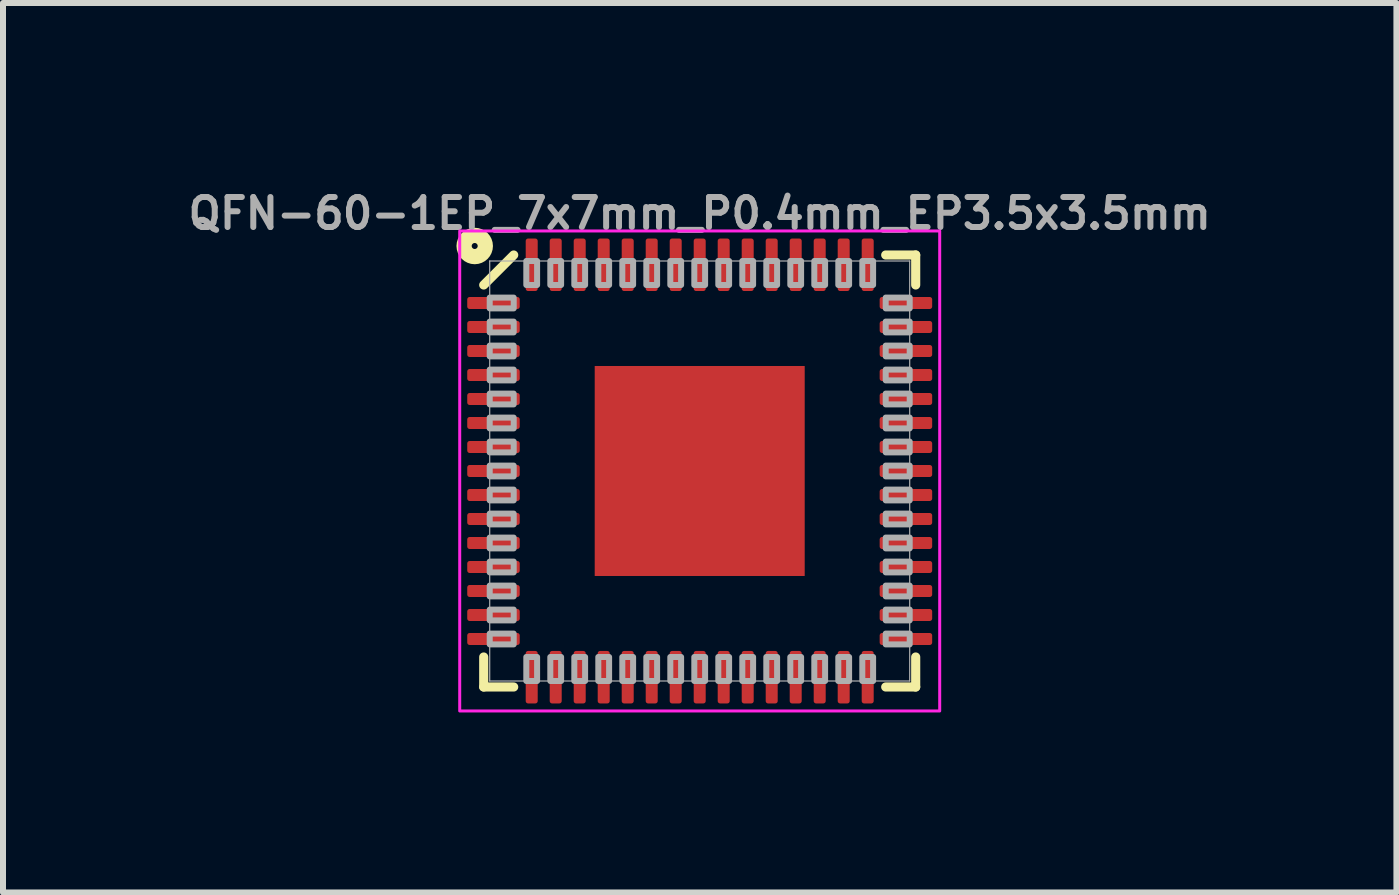
<source format=kicad_pcb>
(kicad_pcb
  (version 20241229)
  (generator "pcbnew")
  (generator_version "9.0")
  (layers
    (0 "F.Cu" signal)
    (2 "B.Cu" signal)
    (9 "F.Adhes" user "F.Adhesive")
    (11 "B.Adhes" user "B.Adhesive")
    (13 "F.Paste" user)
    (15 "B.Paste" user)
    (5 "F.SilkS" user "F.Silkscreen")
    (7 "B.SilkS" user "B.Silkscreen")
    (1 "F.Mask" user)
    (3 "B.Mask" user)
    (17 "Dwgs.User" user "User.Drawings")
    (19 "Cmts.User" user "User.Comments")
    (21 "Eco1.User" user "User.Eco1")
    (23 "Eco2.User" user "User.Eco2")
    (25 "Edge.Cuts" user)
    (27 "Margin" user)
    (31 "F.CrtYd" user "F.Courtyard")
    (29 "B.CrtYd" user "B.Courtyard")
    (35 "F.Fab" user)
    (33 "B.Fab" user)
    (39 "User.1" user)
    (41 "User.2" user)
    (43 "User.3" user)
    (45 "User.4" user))
  (footprint "QFN-60-1EP_7x7mm_P0.4mm_EP3.5x3.5mm"
    (layer "F.Cu")
    (at 8.612 4.8)
    (property "Reference" "QFN-60-1EP_7x7mm_P0.4mm_EP3.5x3.5mm" (at 0 -4 180) (layer "F.Fab") (effects (font (size 0.5 0.5) (thickness 0.1) (bold yes)) (justify bottom)))
    (fp_line (start -3.6 3.6) (end -3.6 3.1) (stroke (width 0.152) (type solid)) (layer "F.SilkS"))
    (fp_line (start -3.1 -3.6) (end -3.6 -3.1) (stroke (width 0.152) (type solid)) (layer "F.SilkS"))
    (fp_line (start -3.1 3.6) (end -3.6 3.6) (stroke (width 0.152) (type solid)) (layer "F.SilkS"))
    (fp_line (start 3.1 3.6) (end 3.6 3.6) (stroke (width 0.152) (type solid)) (layer "F.SilkS"))
    (fp_line (start 3.6 -3.6) (end 3.1 -3.6) (stroke (width 0.152) (type solid)) (layer "F.SilkS"))
    (fp_line (start 3.6 -3.1) (end 3.6 -3.6) (stroke (width 0.152) (type solid)) (layer "F.SilkS"))
    (fp_line (start 3.6 3.1) (end 3.6 3.6) (stroke (width 0.152) (type solid)) (layer "F.SilkS"))
    (fp_circle (center -3.75 -3.75) (end -3.7 -3.75) (stroke (width 0.254) (type solid)) (fill no) (layer "F.SilkS"))
    (fp_poly (pts (xy -3.75 -2.7) (xy -3.1 -2.7) (xy -3.1 -2.9) (xy -3.75 -2.9)) (stroke (width 0) (type default)) (fill yes) (layer "F.Paste"))
    (fp_poly (pts (xy -3.75 -2.3) (xy -3.1 -2.3) (xy -3.1 -2.5) (xy -3.75 -2.5)) (stroke (width 0) (type default)) (fill yes) (layer "F.Paste"))
    (fp_poly (pts (xy -3.75 -1.9) (xy -3.1 -1.9) (xy -3.1 -2.1) (xy -3.75 -2.1)) (stroke (width 0) (type default)) (fill yes) (layer "F.Paste"))
    (fp_poly (pts (xy -3.75 -1.5) (xy -3.1 -1.5) (xy -3.1 -1.7) (xy -3.75 -1.7)) (stroke (width 0) (type default)) (fill yes) (layer "F.Paste"))
    (fp_poly (pts (xy -3.75 -1.1) (xy -3.1 -1.1) (xy -3.1 -1.3) (xy -3.75 -1.3)) (stroke (width 0) (type default)) (fill yes) (layer "F.Paste"))
    (fp_poly (pts (xy -3.75 -0.7) (xy -3.1 -0.7) (xy -3.1 -0.9) (xy -3.75 -0.9)) (stroke (width 0) (type default)) (fill yes) (layer "F.Paste"))
    (fp_poly (pts (xy -3.75 -0.3) (xy -3.1 -0.3) (xy -3.1 -0.5) (xy -3.75 -0.5)) (stroke (width 0) (type default)) (fill yes) (layer "F.Paste"))
    (fp_poly (pts (xy -3.75 0.1) (xy -3.1 0.1) (xy -3.1 -0.1) (xy -3.75 -0.1)) (stroke (width 0) (type default)) (fill yes) (layer "F.Paste"))
    (fp_poly (pts (xy -3.75 0.5) (xy -3.1 0.5) (xy -3.1 0.3) (xy -3.75 0.3)) (stroke (width 0) (type default)) (fill yes) (layer "F.Paste"))
    (fp_poly (pts (xy -3.75 0.9) (xy -3.1 0.9) (xy -3.1 0.7) (xy -3.75 0.7)) (stroke (width 0) (type default)) (fill yes) (layer "F.Paste"))
    (fp_poly (pts (xy -3.75 1.3) (xy -3.1 1.3) (xy -3.1 1.1) (xy -3.75 1.1)) (stroke (width 0) (type default)) (fill yes) (layer "F.Paste"))
    (fp_poly (pts (xy -3.75 1.7) (xy -3.1 1.7) (xy -3.1 1.5) (xy -3.75 1.5)) (stroke (width 0) (type default)) (fill yes) (layer "F.Paste"))
    (fp_poly (pts (xy -3.75 2.1) (xy -3.1 2.1) (xy -3.1 1.9) (xy -3.75 1.9)) (stroke (width 0) (type default)) (fill yes) (layer "F.Paste"))
    (fp_poly (pts (xy -3.75 2.5) (xy -3.1 2.5) (xy -3.1 2.3) (xy -3.75 2.3)) (stroke (width 0) (type default)) (fill yes) (layer "F.Paste"))
    (fp_poly (pts (xy -3.75 2.9) (xy -3.1 2.9) (xy -3.1 2.7) (xy -3.75 2.7)) (stroke (width 0) (type default)) (fill yes) (layer "F.Paste"))
    (fp_poly (pts (xy -2.9 -3.75) (xy -2.9 -3.1) (xy -2.7 -3.1) (xy -2.7 -3.75)) (stroke (width 0) (type default)) (fill yes) (layer "F.Paste"))
    (fp_poly (pts (xy -2.7 3.75) (xy -2.7 3.1) (xy -2.9 3.1) (xy -2.9 3.75)) (stroke (width 0) (type default)) (fill yes) (layer "F.Paste"))
    (fp_poly (pts (xy -2.5 -3.75) (xy -2.5 -3.1) (xy -2.3 -3.1) (xy -2.3 -3.75)) (stroke (width 0) (type default)) (fill yes) (layer "F.Paste"))
    (fp_poly (pts (xy -2.3 3.75) (xy -2.3 3.1) (xy -2.5 3.1) (xy -2.5 3.75)) (stroke (width 0) (type default)) (fill yes) (layer "F.Paste"))
    (fp_poly (pts (xy -2.1 -3.75) (xy -2.1 -3.1) (xy -1.9 -3.1) (xy -1.9 -3.75)) (stroke (width 0) (type default)) (fill yes) (layer "F.Paste"))
    (fp_poly (pts (xy -1.9 3.75) (xy -1.9 3.1) (xy -2.1 3.1) (xy -2.1 3.75)) (stroke (width 0) (type default)) (fill yes) (layer "F.Paste"))
    (fp_poly (pts (xy -1.7 -3.75) (xy -1.7 -3.1) (xy -1.5 -3.1) (xy -1.5 -3.75)) (stroke (width 0) (type default)) (fill yes) (layer "F.Paste"))
    (fp_poly (pts (xy -1.5 3.75) (xy -1.5 3.1) (xy -1.7 3.1) (xy -1.7 3.75)) (stroke (width 0) (type default)) (fill yes) (layer "F.Paste"))
    (fp_poly (pts (xy -1.3 -3.75) (xy -1.3 -3.1) (xy -1.1 -3.1) (xy -1.1 -3.75)) (stroke (width 0) (type default)) (fill yes) (layer "F.Paste"))
    (fp_poly (pts (xy -1.1 3.75) (xy -1.1 3.1) (xy -1.3 3.1) (xy -1.3 3.75)) (stroke (width 0) (type default)) (fill yes) (layer "F.Paste"))
    (fp_poly (pts (xy -1 -0.4) (xy -0.4 -0.4) (xy -0.4 -1) (xy -1 -1)) (stroke (width 0) (type default)) (fill yes) (layer "F.Paste"))
    (fp_poly (pts (xy -1 1) (xy -0.4 1) (xy -0.4 0.4) (xy -1 0.4)) (stroke (width 0) (type default)) (fill yes) (layer "F.Paste"))
    (fp_poly (pts (xy -0.9 -3.75) (xy -0.9 -3.1) (xy -0.7 -3.1) (xy -0.7 -3.75)) (stroke (width 0) (type default)) (fill yes) (layer "F.Paste"))
    (fp_poly (pts (xy -0.7 3.75) (xy -0.7 3.1) (xy -0.9 3.1) (xy -0.9 3.75)) (stroke (width 0) (type default)) (fill yes) (layer "F.Paste"))
    (fp_poly (pts (xy -0.5 -3.75) (xy -0.5 -3.1) (xy -0.3 -3.1) (xy -0.3 -3.75)) (stroke (width 0) (type default)) (fill yes) (layer "F.Paste"))
    (fp_poly (pts (xy -0.3 3.75) (xy -0.3 3.1) (xy -0.5 3.1) (xy -0.5 3.75)) (stroke (width 0) (type default)) (fill yes) (layer "F.Paste"))
    (fp_poly (pts (xy -0.1 -3.75) (xy -0.1 -3.1) (xy 0.1 -3.1) (xy 0.1 -3.75)) (stroke (width 0) (type default)) (fill yes) (layer "F.Paste"))
    (fp_poly (pts (xy 0.1 3.75) (xy 0.1 3.1) (xy -0.1 3.1) (xy -0.1 3.75)) (stroke (width 0) (type default)) (fill yes) (layer "F.Paste"))
    (fp_poly (pts (xy 0.3 -3.75) (xy 0.3 -3.1) (xy 0.5 -3.1) (xy 0.5 -3.75)) (stroke (width 0) (type default)) (fill yes) (layer "F.Paste"))
    (fp_poly (pts (xy 0.4 -0.4) (xy 1 -0.4) (xy 1 -1) (xy 0.4 -1)) (stroke (width 0) (type default)) (fill yes) (layer "F.Paste"))
    (fp_poly (pts (xy 0.4 1) (xy 1 1) (xy 1 0.4) (xy 0.4 0.4)) (stroke (width 0) (type default)) (fill yes) (layer "F.Paste"))
    (fp_poly (pts (xy 0.5 3.75) (xy 0.5 3.1) (xy 0.3 3.1) (xy 0.3 3.75)) (stroke (width 0) (type default)) (fill yes) (layer "F.Paste"))
    (fp_poly (pts (xy 0.7 -3.75) (xy 0.7 -3.1) (xy 0.9 -3.1) (xy 0.9 -3.75)) (stroke (width 0) (type default)) (fill yes) (layer "F.Paste"))
    (fp_poly (pts (xy 0.9 3.75) (xy 0.9 3.1) (xy 0.7 3.1) (xy 0.7 3.75)) (stroke (width 0) (type default)) (fill yes) (layer "F.Paste"))
    (fp_poly (pts (xy 1.1 -3.75) (xy 1.1 -3.1) (xy 1.3 -3.1) (xy 1.3 -3.75)) (stroke (width 0) (type default)) (fill yes) (layer "F.Paste"))
    (fp_poly (pts (xy 1.3 3.75) (xy 1.3 3.1) (xy 1.1 3.1) (xy 1.1 3.75)) (stroke (width 0) (type default)) (fill yes) (layer "F.Paste"))
    (fp_poly (pts (xy 1.5 -3.75) (xy 1.5 -3.1) (xy 1.7 -3.1) (xy 1.7 -3.75)) (stroke (width 0) (type default)) (fill yes) (layer "F.Paste"))
    (fp_poly (pts (xy 1.7 3.75) (xy 1.7 3.1) (xy 1.5 3.1) (xy 1.5 3.75)) (stroke (width 0) (type default)) (fill yes) (layer "F.Paste"))
    (fp_poly (pts (xy 1.9 -3.75) (xy 1.9 -3.1) (xy 2.1 -3.1) (xy 2.1 -3.75)) (stroke (width 0) (type default)) (fill yes) (layer "F.Paste"))
    (fp_poly (pts (xy 2.1 3.75) (xy 2.1 3.1) (xy 1.9 3.1) (xy 1.9 3.75)) (stroke (width 0) (type default)) (fill yes) (layer "F.Paste"))
    (fp_poly (pts (xy 2.3 -3.75) (xy 2.3 -3.1) (xy 2.5 -3.1) (xy 2.5 -3.75)) (stroke (width 0) (type default)) (fill yes) (layer "F.Paste"))
    (fp_poly (pts (xy 2.5 3.75) (xy 2.5 3.1) (xy 2.3 3.1) (xy 2.3 3.75)) (stroke (width 0) (type default)) (fill yes) (layer "F.Paste"))
    (fp_poly (pts (xy 2.7 -3.75) (xy 2.7 -3.1) (xy 2.9 -3.1) (xy 2.9 -3.75)) (stroke (width 0) (type default)) (fill yes) (layer "F.Paste"))
    (fp_poly (pts (xy 2.9 3.75) (xy 2.9 3.1) (xy 2.7 3.1) (xy 2.7 3.75)) (stroke (width 0) (type default)) (fill yes) (layer "F.Paste"))
    (fp_poly (pts (xy 3.75 -2.9) (xy 3.1 -2.9) (xy 3.1 -2.7) (xy 3.75 -2.7)) (stroke (width 0) (type default)) (fill yes) (layer "F.Paste"))
    (fp_poly (pts (xy 3.75 -2.5) (xy 3.1 -2.5) (xy 3.1 -2.3) (xy 3.75 -2.3)) (stroke (width 0) (type default)) (fill yes) (layer "F.Paste"))
    (fp_poly (pts (xy 3.75 -2.1) (xy 3.1 -2.1) (xy 3.1 -1.9) (xy 3.75 -1.9)) (stroke (width 0) (type default)) (fill yes) (layer "F.Paste"))
    (fp_poly (pts (xy 3.75 -1.7) (xy 3.1 -1.7) (xy 3.1 -1.5) (xy 3.75 -1.5)) (stroke (width 0) (type default)) (fill yes) (layer "F.Paste"))
    (fp_poly (pts (xy 3.75 -1.3) (xy 3.1 -1.3) (xy 3.1 -1.1) (xy 3.75 -1.1)) (stroke (width 0) (type default)) (fill yes) (layer "F.Paste"))
    (fp_poly (pts (xy 3.75 -0.9) (xy 3.1 -0.9) (xy 3.1 -0.7) (xy 3.75 -0.7)) (stroke (width 0) (type default)) (fill yes) (layer "F.Paste"))
    (fp_poly (pts (xy 3.75 -0.5) (xy 3.1 -0.5) (xy 3.1 -0.3) (xy 3.75 -0.3)) (stroke (width 0) (type default)) (fill yes) (layer "F.Paste"))
    (fp_poly (pts (xy 3.75 -0.1) (xy 3.1 -0.1) (xy 3.1 0.1) (xy 3.75 0.1)) (stroke (width 0) (type default)) (fill yes) (layer "F.Paste"))
    (fp_poly (pts (xy 3.75 0.3) (xy 3.1 0.3) (xy 3.1 0.5) (xy 3.75 0.5)) (stroke (width 0) (type default)) (fill yes) (layer "F.Paste"))
    (fp_poly (pts (xy 3.75 0.7) (xy 3.1 0.7) (xy 3.1 0.9) (xy 3.75 0.9)) (stroke (width 0) (type default)) (fill yes) (layer "F.Paste"))
    (fp_poly (pts (xy 3.75 1.1) (xy 3.1 1.1) (xy 3.1 1.3) (xy 3.75 1.3)) (stroke (width 0) (type default)) (fill yes) (layer "F.Paste"))
    (fp_poly (pts (xy 3.75 1.5) (xy 3.1 1.5) (xy 3.1 1.7) (xy 3.75 1.7)) (stroke (width 0) (type default)) (fill yes) (layer "F.Paste"))
    (fp_poly (pts (xy 3.75 1.9) (xy 3.1 1.9) (xy 3.1 2.1) (xy 3.75 2.1)) (stroke (width 0) (type default)) (fill yes) (layer "F.Paste"))
    (fp_poly (pts (xy 3.75 2.3) (xy 3.1 2.3) (xy 3.1 2.5) (xy 3.75 2.5)) (stroke (width 0) (type default)) (fill yes) (layer "F.Paste"))
    (fp_poly (pts (xy 3.75 2.7) (xy 3.1 2.7) (xy 3.1 2.9) (xy 3.75 2.9)) (stroke (width 0) (type default)) (fill yes) (layer "F.Paste"))
    (fp_rect (start 4 -4) (end -4 4) (stroke (width 0.05) (type default)) (fill no) (layer "F.CrtYd"))
    (fp_line (start -3.5 -3.5) (end -3.5 3.5) (stroke (width 0.02) (type solid)) (layer "F.Fab"))
    (fp_line (start -3.5 3.5) (end 3.5 3.5) (stroke (width 0.02) (type solid)) (layer "F.Fab"))
    (fp_line (start 3.5 -3.5) (end -3.5 -3.5) (stroke (width 0.02) (type solid)) (layer "F.Fab"))
    (fp_line (start 3.5 3.5) (end 3.5 -3.5) (stroke (width 0.02) (type solid)) (layer "F.Fab"))
    (fp_poly (pts (xy -3.5 -2.71) (xy -3.1 -2.71) (xy -3.1 -2.89) (xy -3.5 -2.89)) (stroke (width 0.1) (type default)) (fill no) (layer "F.Fab"))
    (fp_poly (pts (xy -3.5 -2.31) (xy -3.1 -2.31) (xy -3.1 -2.49) (xy -3.5 -2.49)) (stroke (width 0.1) (type default)) (fill no) (layer "F.Fab"))
    (fp_poly (pts (xy -3.5 -1.91) (xy -3.1 -1.91) (xy -3.1 -2.09) (xy -3.5 -2.09)) (stroke (width 0.1) (type default)) (fill no) (layer "F.Fab"))
    (fp_poly (pts (xy -3.5 -1.51) (xy -3.1 -1.51) (xy -3.1 -1.69) (xy -3.5 -1.69)) (stroke (width 0.1) (type default)) (fill no) (layer "F.Fab"))
    (fp_poly (pts (xy -3.5 -1.11) (xy -3.1 -1.11) (xy -3.1 -1.29) (xy -3.5 -1.29)) (stroke (width 0.1) (type default)) (fill no) (layer "F.Fab"))
    (fp_poly (pts (xy -3.5 -0.71) (xy -3.1 -0.71) (xy -3.1 -0.89) (xy -3.5 -0.89)) (stroke (width 0.1) (type default)) (fill no) (layer "F.Fab"))
    (fp_poly (pts (xy -3.5 -0.31) (xy -3.1 -0.31) (xy -3.1 -0.49) (xy -3.5 -0.49)) (stroke (width 0.1) (type default)) (fill no) (layer "F.Fab"))
    (fp_poly (pts (xy -3.5 0.09) (xy -3.1 0.09) (xy -3.1 -0.09) (xy -3.5 -0.09)) (stroke (width 0.1) (type default)) (fill no) (layer "F.Fab"))
    (fp_poly (pts (xy -3.5 0.49) (xy -3.1 0.49) (xy -3.1 0.31) (xy -3.5 0.31)) (stroke (width 0.1) (type default)) (fill no) (layer "F.Fab"))
    (fp_poly (pts (xy -3.5 0.89) (xy -3.1 0.89) (xy -3.1 0.71) (xy -3.5 0.71)) (stroke (width 0.1) (type default)) (fill no) (layer "F.Fab"))
    (fp_poly (pts (xy -3.5 1.29) (xy -3.1 1.29) (xy -3.1 1.11) (xy -3.5 1.11)) (stroke (width 0.1) (type default)) (fill no) (layer "F.Fab"))
    (fp_poly (pts (xy -3.5 1.69) (xy -3.1 1.69) (xy -3.1 1.51) (xy -3.5 1.51)) (stroke (width 0.1) (type default)) (fill no) (layer "F.Fab"))
    (fp_poly (pts (xy -3.5 2.09) (xy -3.1 2.09) (xy -3.1 1.91) (xy -3.5 1.91)) (stroke (width 0.1) (type default)) (fill no) (layer "F.Fab"))
    (fp_poly (pts (xy -3.5 2.49) (xy -3.1 2.49) (xy -3.1 2.31) (xy -3.5 2.31)) (stroke (width 0.1) (type default)) (fill no) (layer "F.Fab"))
    (fp_poly (pts (xy -3.5 2.89) (xy -3.1 2.89) (xy -3.1 2.71) (xy -3.5 2.71)) (stroke (width 0.1) (type default)) (fill no) (layer "F.Fab"))
    (fp_poly (pts (xy -2.89 -3.5) (xy -2.89 -3.1) (xy -2.71 -3.1) (xy -2.71 -3.5)) (stroke (width 0.1) (type default)) (fill no) (layer "F.Fab"))
    (fp_poly (pts (xy -2.71 3.5) (xy -2.71 3.1) (xy -2.89 3.1) (xy -2.89 3.5)) (stroke (width 0.1) (type default)) (fill no) (layer "F.Fab"))
    (fp_poly (pts (xy -2.49 -3.5) (xy -2.49 -3.1) (xy -2.31 -3.1) (xy -2.31 -3.5)) (stroke (width 0.1) (type default)) (fill no) (layer "F.Fab"))
    (fp_poly (pts (xy -2.31 3.5) (xy -2.31 3.1) (xy -2.49 3.1) (xy -2.49 3.5)) (stroke (width 0.1) (type default)) (fill no) (layer "F.Fab"))
    (fp_poly (pts (xy -2.09 -3.5) (xy -2.09 -3.1) (xy -1.91 -3.1) (xy -1.91 -3.5)) (stroke (width 0.1) (type default)) (fill no) (layer "F.Fab"))
    (fp_poly (pts (xy -1.91 3.5) (xy -1.91 3.1) (xy -2.09 3.1) (xy -2.09 3.5)) (stroke (width 0.1) (type default)) (fill no) (layer "F.Fab"))
    (fp_poly (pts (xy -1.69 -3.5) (xy -1.69 -3.1) (xy -1.51 -3.1) (xy -1.51 -3.5)) (stroke (width 0.1) (type default)) (fill no) (layer "F.Fab"))
    (fp_poly (pts (xy -1.51 3.5) (xy -1.51 3.1) (xy -1.69 3.1) (xy -1.69 3.5)) (stroke (width 0.1) (type default)) (fill no) (layer "F.Fab"))
    (fp_poly (pts (xy -1.29 -3.5) (xy -1.29 -3.1) (xy -1.11 -3.1) (xy -1.11 -3.5)) (stroke (width 0.1) (type default)) (fill no) (layer "F.Fab"))
    (fp_poly (pts (xy -1.11 3.5) (xy -1.11 3.1) (xy -1.29 3.1) (xy -1.29 3.5)) (stroke (width 0.1) (type default)) (fill no) (layer "F.Fab"))
    (fp_poly (pts (xy -0.89 -3.5) (xy -0.89 -3.1) (xy -0.71 -3.1) (xy -0.71 -3.5)) (stroke (width 0.1) (type default)) (fill no) (layer "F.Fab"))
    (fp_poly (pts (xy -0.71 3.5) (xy -0.71 3.1) (xy -0.89 3.1) (xy -0.89 3.5)) (stroke (width 0.1) (type default)) (fill no) (layer "F.Fab"))
    (fp_poly (pts (xy -0.49 -3.5) (xy -0.49 -3.1) (xy -0.31 -3.1) (xy -0.31 -3.5)) (stroke (width 0.1) (type default)) (fill no) (layer "F.Fab"))
    (fp_poly (pts (xy -0.31 3.5) (xy -0.31 3.1) (xy -0.49 3.1) (xy -0.49 3.5)) (stroke (width 0.1) (type default)) (fill no) (layer "F.Fab"))
    (fp_poly (pts (xy -0.09 -3.5) (xy -0.09 -3.1) (xy 0.09 -3.1) (xy 0.09 -3.5)) (stroke (width 0.1) (type default)) (fill no) (layer "F.Fab"))
    (fp_poly (pts (xy 0.09 3.5) (xy 0.09 3.1) (xy -0.09 3.1) (xy -0.09 3.5)) (stroke (width 0.1) (type default)) (fill no) (layer "F.Fab"))
    (fp_poly (pts (xy 0.31 -3.5) (xy 0.31 -3.1) (xy 0.49 -3.1) (xy 0.49 -3.5)) (stroke (width 0.1) (type default)) (fill no) (layer "F.Fab"))
    (fp_poly (pts (xy 0.49 3.5) (xy 0.49 3.1) (xy 0.31 3.1) (xy 0.31 3.5)) (stroke (width 0.1) (type default)) (fill no) (layer "F.Fab"))
    (fp_poly (pts (xy 0.71 -3.5) (xy 0.71 -3.1) (xy 0.89 -3.1) (xy 0.89 -3.5)) (stroke (width 0.1) (type default)) (fill no) (layer "F.Fab"))
    (fp_poly (pts (xy 0.89 3.5) (xy 0.89 3.1) (xy 0.71 3.1) (xy 0.71 3.5)) (stroke (width 0.1) (type default)) (fill no) (layer "F.Fab"))
    (fp_poly (pts (xy 1.11 -3.5) (xy 1.11 -3.1) (xy 1.29 -3.1) (xy 1.29 -3.5)) (stroke (width 0.1) (type default)) (fill no) (layer "F.Fab"))
    (fp_poly (pts (xy 1.29 3.5) (xy 1.29 3.1) (xy 1.11 3.1) (xy 1.11 3.5)) (stroke (width 0.1) (type default)) (fill no) (layer "F.Fab"))
    (fp_poly (pts (xy 1.51 -3.5) (xy 1.51 -3.1) (xy 1.69 -3.1) (xy 1.69 -3.5)) (stroke (width 0.1) (type default)) (fill no) (layer "F.Fab"))
    (fp_poly (pts (xy 1.69 3.5) (xy 1.69 3.1) (xy 1.51 3.1) (xy 1.51 3.5)) (stroke (width 0.1) (type default)) (fill no) (layer "F.Fab"))
    (fp_poly (pts (xy 1.91 -3.5) (xy 1.91 -3.1) (xy 2.09 -3.1) (xy 2.09 -3.5)) (stroke (width 0.1) (type default)) (fill no) (layer "F.Fab"))
    (fp_poly (pts (xy 2.09 3.5) (xy 2.09 3.1) (xy 1.91 3.1) (xy 1.91 3.5)) (stroke (width 0.1) (type default)) (fill no) (layer "F.Fab"))
    (fp_poly (pts (xy 2.31 -3.5) (xy 2.31 -3.1) (xy 2.49 -3.1) (xy 2.49 -3.5)) (stroke (width 0.1) (type default)) (fill no) (layer "F.Fab"))
    (fp_poly (pts (xy 2.49 3.5) (xy 2.49 3.1) (xy 2.31 3.1) (xy 2.31 3.5)) (stroke (width 0.1) (type default)) (fill no) (layer "F.Fab"))
    (fp_poly (pts (xy 2.71 -3.5) (xy 2.71 -3.1) (xy 2.89 -3.1) (xy 2.89 -3.5)) (stroke (width 0.1) (type default)) (fill no) (layer "F.Fab"))
    (fp_poly (pts (xy 2.89 3.5) (xy 2.89 3.1) (xy 2.71 3.1) (xy 2.71 3.5)) (stroke (width 0.1) (type default)) (fill no) (layer "F.Fab"))
    (fp_poly (pts (xy 3.5 -2.89) (xy 3.1 -2.89) (xy 3.1 -2.71) (xy 3.5 -2.71)) (stroke (width 0.1) (type default)) (fill no) (layer "F.Fab"))
    (fp_poly (pts (xy 3.5 -2.49) (xy 3.1 -2.49) (xy 3.1 -2.31) (xy 3.5 -2.31)) (stroke (width 0.1) (type default)) (fill no) (layer "F.Fab"))
    (fp_poly (pts (xy 3.5 -2.09) (xy 3.1 -2.09) (xy 3.1 -1.91) (xy 3.5 -1.91)) (stroke (width 0.1) (type default)) (fill no) (layer "F.Fab"))
    (fp_poly (pts (xy 3.5 -1.69) (xy 3.1 -1.69) (xy 3.1 -1.51) (xy 3.5 -1.51)) (stroke (width 0.1) (type default)) (fill no) (layer "F.Fab"))
    (fp_poly (pts (xy 3.5 -1.29) (xy 3.1 -1.29) (xy 3.1 -1.11) (xy 3.5 -1.11)) (stroke (width 0.1) (type default)) (fill no) (layer "F.Fab"))
    (fp_poly (pts (xy 3.5 -0.89) (xy 3.1 -0.89) (xy 3.1 -0.71) (xy 3.5 -0.71)) (stroke (width 0.1) (type default)) (fill no) (layer "F.Fab"))
    (fp_poly (pts (xy 3.5 -0.49) (xy 3.1 -0.49) (xy 3.1 -0.31) (xy 3.5 -0.31)) (stroke (width 0.1) (type default)) (fill no) (layer "F.Fab"))
    (fp_poly (pts (xy 3.5 -0.09) (xy 3.1 -0.09) (xy 3.1 0.09) (xy 3.5 0.09)) (stroke (width 0.1) (type default)) (fill no) (layer "F.Fab"))
    (fp_poly (pts (xy 3.5 0.31) (xy 3.1 0.31) (xy 3.1 0.49) (xy 3.5 0.49)) (stroke (width 0.1) (type default)) (fill no) (layer "F.Fab"))
    (fp_poly (pts (xy 3.5 0.71) (xy 3.1 0.71) (xy 3.1 0.89) (xy 3.5 0.89)) (stroke (width 0.1) (type default)) (fill no) (layer "F.Fab"))
    (fp_poly (pts (xy 3.5 1.11) (xy 3.1 1.11) (xy 3.1 1.29) (xy 3.5 1.29)) (stroke (width 0.1) (type default)) (fill no) (layer "F.Fab"))
    (fp_poly (pts (xy 3.5 1.51) (xy 3.1 1.51) (xy 3.1 1.69) (xy 3.5 1.69)) (stroke (width 0.1) (type default)) (fill no) (layer "F.Fab"))
    (fp_poly (pts (xy 3.5 1.91) (xy 3.1 1.91) (xy 3.1 2.09) (xy 3.5 2.09)) (stroke (width 0.1) (type default)) (fill no) (layer "F.Fab"))
    (fp_poly (pts (xy 3.5 2.31) (xy 3.1 2.31) (xy 3.1 2.49) (xy 3.5 2.49)) (stroke (width 0.1) (type default)) (fill no) (layer "F.Fab"))
    (fp_poly (pts (xy 3.5 2.71) (xy 3.1 2.71) (xy 3.1 2.89) (xy 3.5 2.89)) (stroke (width 0.1) (type default)) (fill no) (layer "F.Fab"))
    (pad "1" smd roundrect (at -3.437 -2.8 180) (size 0.875 0.2) (layers "F.Cu" "F.Mask") (roundrect_rratio 0.2))
    (pad "2" smd roundrect (at -3.437 -2.4 180) (size 0.875 0.2) (layers "F.Cu" "F.Mask") (roundrect_rratio 0.2))
    (pad "3" smd roundrect (at -3.437 -2 180) (size 0.875 0.2) (layers "F.Cu" "F.Mask") (roundrect_rratio 0.2))
    (pad "4" smd roundrect (at -3.437 -1.6 180) (size 0.875 0.2) (layers "F.Cu" "F.Mask") (roundrect_rratio 0.2))
    (pad "5" smd roundrect (at -3.437 -1.2 180) (size 0.875 0.2) (layers "F.Cu" "F.Mask") (roundrect_rratio 0.2))
    (pad "6" smd roundrect (at -3.437 -0.8 180) (size 0.875 0.2) (layers "F.Cu" "F.Mask") (roundrect_rratio 0.2))
    (pad "7" smd roundrect (at -3.437 -0.4) (size 0.875 0.2) (layers "F.Cu" "F.Mask") (roundrect_rratio 0.2))
    (pad "8" smd roundrect (at -3.437 0 180) (size 0.875 0.2) (layers "F.Cu" "F.Mask") (roundrect_rratio 0.2))
    (pad "9" smd roundrect (at -3.437 0.4 180) (size 0.875 0.2) (layers "F.Cu" "F.Mask") (roundrect_rratio 0.2))
    (pad "10" smd roundrect (at -3.437 0.8 180) (size 0.875 0.2) (layers "F.Cu" "F.Mask") (roundrect_rratio 0.2))
    (pad "11" smd roundrect (at -3.437 1.2 180) (size 0.875 0.2) (layers "F.Cu" "F.Mask") (roundrect_rratio 0.2))
    (pad "12" smd roundrect (at -3.437 1.6 180) (size 0.875 0.2) (layers "F.Cu" "F.Mask") (roundrect_rratio 0.2))
    (pad "13" smd roundrect (at -3.437 2 180) (size 0.875 0.2) (layers "F.Cu" "F.Mask") (roundrect_rratio 0.2))
    (pad "14" smd roundrect (at -3.437 2.4) (size 0.875 0.2) (layers "F.Cu" "F.Mask") (roundrect_rratio 0.2))
    (pad "15" smd roundrect (at -3.437 2.8 180) (size 0.875 0.2) (layers "F.Cu" "F.Mask") (roundrect_rratio 0.2))
    (pad "16" smd roundrect (at -2.8 3.437 270) (size 0.875 0.2) (layers "F.Cu" "F.Mask") (roundrect_rratio 0.2))
    (pad "17" smd roundrect (at -2.4 3.437 270) (size 0.875 0.2) (layers "F.Cu" "F.Mask") (roundrect_rratio 0.2))
    (pad "18" smd roundrect (at -2 3.437 270) (size 0.875 0.2) (layers "F.Cu" "F.Mask") (roundrect_rratio 0.2))
    (pad "19" smd roundrect (at -1.6 3.437 270) (size 0.875 0.2) (layers "F.Cu" "F.Mask") (roundrect_rratio 0.2))
    (pad "20" smd roundrect (at -1.2 3.437 270) (size 0.875 0.2) (layers "F.Cu" "F.Mask") (roundrect_rratio 0.2))
    (pad "21" smd roundrect (at -0.8 3.437 90) (size 0.875 0.2) (layers "F.Cu" "F.Mask") (roundrect_rratio 0.2))
    (pad "22" smd roundrect (at -0.4 3.437 270) (size 0.875 0.2) (layers "F.Cu" "F.Mask") (roundrect_rratio 0.2))
    (pad "23" smd roundrect (at 0 3.437 270) (size 0.875 0.2) (layers "F.Cu" "F.Mask") (roundrect_rratio 0.2))
    (pad "24" smd roundrect (at 0.4 3.437 270) (size 0.875 0.2) (layers "F.Cu" "F.Mask") (roundrect_rratio 0.2))
    (pad "25" smd roundrect (at 0.8 3.437 270) (size 0.875 0.2) (layers "F.Cu" "F.Mask") (roundrect_rratio 0.2))
    (pad "26" smd roundrect (at 1.2 3.437 270) (size 0.875 0.2) (layers "F.Cu" "F.Mask") (roundrect_rratio 0.2))
    (pad "27" smd roundrect (at 1.6 3.437 270) (size 0.875 0.2) (layers "F.Cu" "F.Mask") (roundrect_rratio 0.2))
    (pad "28" smd roundrect (at 2 3.437 90) (size 0.875 0.2) (layers "F.Cu" "F.Mask") (roundrect_rratio 0.2))
    (pad "29" smd roundrect (at 2.4 3.437 270) (size 0.875 0.2) (layers "F.Cu" "F.Mask") (roundrect_rratio 0.2))
    (pad "30" smd roundrect (at 2.8 3.437 270) (size 0.875 0.2) (layers "F.Cu" "F.Mask") (roundrect_rratio 0.2))
    (pad "31" smd roundrect (at 3.437 2.8) (size 0.875 0.2) (layers "F.Cu" "F.Mask") (roundrect_rratio 0.2))
    (pad "32" smd roundrect (at 3.437 2.4) (size 0.875 0.2) (layers "F.Cu" "F.Mask") (roundrect_rratio 0.2))
    (pad "33" smd roundrect (at 3.437 2) (size 0.875 0.2) (layers "F.Cu" "F.Mask") (roundrect_rratio 0.2))
    (pad "34" smd roundrect (at 3.437 1.6) (size 0.875 0.2) (layers "F.Cu" "F.Mask") (roundrect_rratio 0.2))
    (pad "35" smd roundrect (at 3.437 1.2 180) (size 0.875 0.2) (layers "F.Cu" "F.Mask") (roundrect_rratio 0.2))
    (pad "36" smd roundrect (at 3.437 0.8) (size 0.875 0.2) (layers "F.Cu" "F.Mask") (roundrect_rratio 0.2))
    (pad "37" smd roundrect (at 3.437 0.4) (size 0.875 0.2) (layers "F.Cu" "F.Mask") (roundrect_rratio 0.2))
    (pad "38" smd roundrect (at 3.437 0) (size 0.875 0.2) (layers "F.Cu" "F.Mask") (roundrect_rratio 0.2))
    (pad "39" smd roundrect (at 3.437 -0.4) (size 0.875 0.2) (layers "F.Cu" "F.Mask") (roundrect_rratio 0.2))
    (pad "40" smd roundrect (at 3.437 -0.8) (size 0.875 0.2) (layers "F.Cu" "F.Mask") (roundrect_rratio 0.2))
    (pad "41" smd roundrect (at 3.437 -1.2) (size 0.875 0.2) (layers "F.Cu" "F.Mask") (roundrect_rratio 0.2))
    (pad "42" smd roundrect (at 3.437 -1.6 180) (size 0.875 0.2) (layers "F.Cu" "F.Mask") (roundrect_rratio 0.2))
    (pad "43" smd roundrect (at 3.437 -2) (size 0.875 0.2) (layers "F.Cu" "F.Mask") (roundrect_rratio 0.2))
    (pad "44" smd roundrect (at 3.437 -2.4) (size 0.875 0.2) (layers "F.Cu" "F.Mask") (roundrect_rratio 0.2))
    (pad "45" smd roundrect (at 3.437 -2.8) (size 0.875 0.2) (layers "F.Cu" "F.Mask") (roundrect_rratio 0.2))
    (pad "46" smd roundrect (at 2.8 -3.437 90) (size 0.875 0.2) (layers "F.Cu" "F.Mask") (roundrect_rratio 0.2))
    (pad "47" smd roundrect (at 2.4 -3.437 90) (size 0.875 0.2) (layers "F.Cu" "F.Mask") (roundrect_rratio 0.2))
    (pad "48" smd roundrect (at 2 -3.437 90) (size 0.875 0.2) (layers "F.Cu" "F.Mask") (roundrect_rratio 0.2))
    (pad "49" smd roundrect (at 1.6 -3.437 270) (size 0.875 0.2) (layers "F.Cu" "F.Mask") (roundrect_rratio 0.2))
    (pad "50" smd roundrect (at 1.2 -3.437 90) (size 0.875 0.2) (layers "F.Cu" "F.Mask") (roundrect_rratio 0.2))
    (pad "51" smd roundrect (at 0.8 -3.437 90) (size 0.875 0.2) (layers "F.Cu" "F.Mask") (roundrect_rratio 0.2))
    (pad "52" smd roundrect (at 0.4 -3.437 90) (size 0.875 0.2) (layers "F.Cu" "F.Mask") (roundrect_rratio 0.2))
    (pad "53" smd roundrect (at 0 -3.437 90) (size 0.875 0.2) (layers "F.Cu" "F.Mask") (roundrect_rratio 0.2))
    (pad "54" smd roundrect (at -0.4 -3.437 90) (size 0.875 0.2) (layers "F.Cu" "F.Mask") (roundrect_rratio 0.2))
    (pad "55" smd roundrect (at -0.8 -3.437 90) (size 0.875 0.2) (layers "F.Cu" "F.Mask") (roundrect_rratio 0.2))
    (pad "56" smd roundrect (at -1.2 -3.437 270) (size 0.875 0.2) (layers "F.Cu" "F.Mask") (roundrect_rratio 0.2))
    (pad "57" smd roundrect (at -1.6 -3.437 270) (size 0.875 0.2) (layers "F.Cu" "F.Mask") (roundrect_rratio 0.2))
    (pad "58" smd roundrect (at -2 -3.437 270) (size 0.875 0.2) (layers "F.Cu" "F.Mask") (roundrect_rratio 0.2))
    (pad "59" smd roundrect (at -2.4 -3.437 270) (size 0.875 0.2) (layers "F.Cu" "F.Mask") (roundrect_rratio 0.2))
    (pad "60" smd roundrect (at -2.8 -3.437 270) (size 0.875 0.2) (layers "F.Cu" "F.Mask") (roundrect_rratio 0.2))
    (pad "EP" smd rect (at 0 0) (size 3.5 3.5) (layers "F.Cu" "F.Mask")))
  (gr_rect
    (start -3 -3)
    (end 20.224 11.825)
    (stroke (width 0.1) (type default))
    (fill no)
    (layer "Edge.Cuts")))
</source>
